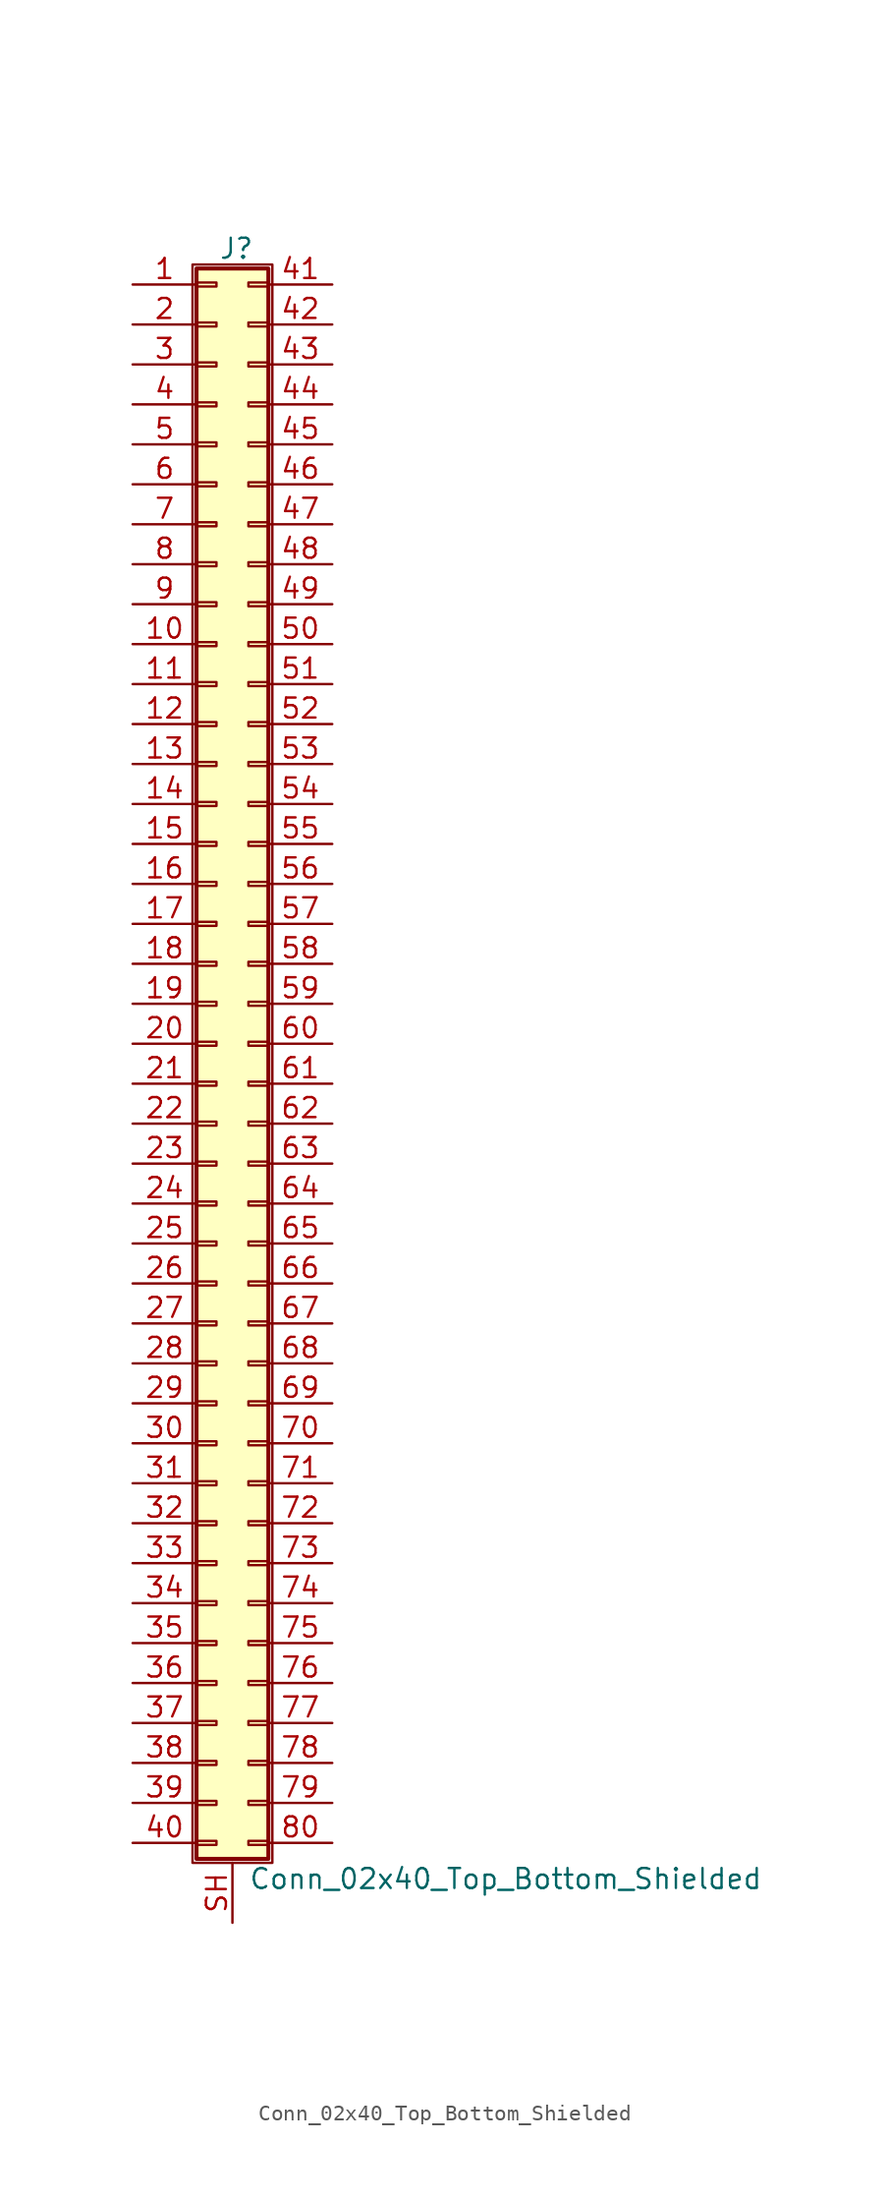
<source format=kicad_sym>
(kicad_symbol_lib
  (version 20201005)
  (generator kicad_symbol_editor)
  (symbol "Connector_Generic_Shielded:Conn_02x40_Top_Bottom_Shielded"
    (pin_names
      (offset 1.016) hide)
    (property "Reference" "J"
      (at 1.524 50.546 0)
      (effects (font (size 1.27 1.27))))
    (property "Value" "Conn_02x40_Top_Bottom_Shielded"
      (at 2.286 -53.086 0)
      (effects (font (size 1.27 1.27)) (justify left)))
    (symbol "Conn_02x40_Top_Bottom_Shielded_1_1"
      (rectangle (start -1.016 -27.813) (end 0.254 -28.067) (stroke (width 0.152)) (fill (type none)))
      (rectangle (start -1.016 -30.353) (end 0.254 -30.607) (stroke (width 0.152)) (fill (type none)))
      (rectangle (start -1.016 -32.893) (end 0.254 -33.147) (stroke (width 0.152)) (fill (type none)))
      (rectangle (start -1.016 -35.433) (end 0.254 -35.687) (stroke (width 0.152)) (fill (type none)))
      (rectangle (start -1.016 -37.973) (end 0.254 -38.227) (stroke (width 0.152)) (fill (type none)))
      (rectangle (start -1.016 -40.513) (end 0.254 -40.767) (stroke (width 0.152)) (fill (type none)))
      (rectangle (start -1.016 -43.053) (end 0.254 -43.307) (stroke (width 0.152)) (fill (type none)))
      (rectangle (start -1.016 -45.593) (end 0.254 -45.847) (stroke (width 0.152)) (fill (type none)))
      (rectangle (start -1.016 -48.133) (end 0.254 -48.387) (stroke (width 0.152)) (fill (type none)))
      (rectangle (start -1.016 -4.953) (end 0.254 -5.207) (stroke (width 0.152)) (fill (type none)))
      (rectangle (start -1.016 -50.673) (end 0.254 -50.927) (stroke (width 0.152)) (fill (type none)))
      (rectangle (start -1.016 -7.493) (end 0.254 -7.747) (stroke (width 0.152)) (fill (type none)))
      (rectangle (start -1.016 -10.033) (end 0.254 -10.287) (stroke (width 0.152)) (fill (type none)))
      (rectangle (start -1.016 -12.573) (end 0.254 -12.827) (stroke (width 0.152)) (fill (type none)))
      (rectangle (start -1.016 -15.113) (end 0.254 -15.367) (stroke (width 0.152)) (fill (type none)))
      (rectangle (start -1.016 -17.653) (end 0.254 -17.907) (stroke (width 0.152)) (fill (type none)))
      (rectangle (start -1.016 -20.193) (end 0.254 -20.447) (stroke (width 0.152)) (fill (type none)))
      (rectangle (start -1.016 -22.733) (end 0.254 -22.987) (stroke (width 0.152)) (fill (type none)))
      (rectangle (start -1.016 -2.413) (end 0.254 -2.667) (stroke (width 0.152)) (fill (type none)))
      (rectangle (start -1.016 -25.273) (end 0.254 -25.527) (stroke (width 0.152)) (fill (type none)))
      (rectangle (start -1.016 25.527) (end 0.254 25.273) (stroke (width 0.152)) (fill (type none)))
      (rectangle (start -1.016 2.667) (end 0.254 2.413) (stroke (width 0.152)) (fill (type none)))
      (rectangle (start -1.016 28.067) (end 0.254 27.813) (stroke (width 0.152)) (fill (type none)))
      (rectangle (start -1.016 30.607) (end 0.254 30.353) (stroke (width 0.152)) (fill (type none)))
      (rectangle (start -1.016 33.147) (end 0.254 32.893) (stroke (width 0.152)) (fill (type none)))
      (rectangle (start -1.016 35.687) (end 0.254 35.433) (stroke (width 0.152)) (fill (type none)))
      (rectangle (start -1.016 38.227) (end 0.254 37.973) (stroke (width 0.152)) (fill (type none)))
      (rectangle (start -1.016 40.767) (end 0.254 40.513) (stroke (width 0.152)) (fill (type none)))
      (rectangle (start -1.016 43.307) (end 0.254 43.053) (stroke (width 0.152)) (fill (type none)))
      (rectangle (start -1.016 45.847) (end 0.254 45.593) (stroke (width 0.152)) (fill (type none)))
      (rectangle (start -1.016 48.387) (end 0.254 48.133) (stroke (width 0.152)) (fill (type none)))
      (rectangle (start -1.016 49.276) (end 3.556 -51.816) (stroke (width 0.254)) (fill (type background)))
      (rectangle (start -1.016 5.207) (end 0.254 4.953) (stroke (width 0.152)) (fill (type none)))
      (rectangle (start -1.016 7.747) (end 0.254 7.493) (stroke (width 0.152)) (fill (type none)))
      (rectangle (start -1.016 10.287) (end 0.254 10.033) (stroke (width 0.152)) (fill (type none)))
      (rectangle (start -1.016 0.127) (end 0.254 -0.127) (stroke (width 0.152)) (fill (type none)))
      (rectangle (start -1.016 12.827) (end 0.254 12.573) (stroke (width 0.152)) (fill (type none)))
      (rectangle (start -1.016 15.367) (end 0.254 15.113) (stroke (width 0.152)) (fill (type none)))
      (rectangle (start -1.016 17.907) (end 0.254 17.653) (stroke (width 0.152)) (fill (type none)))
      (rectangle (start -1.016 20.447) (end 0.254 20.193) (stroke (width 0.152)) (fill (type none)))
      (rectangle (start -1.016 22.987) (end 0.254 22.733) (stroke (width 0.152)) (fill (type none)))
      (rectangle (start -1.27 49.53) (end 3.81 -52.07) (stroke (width 0.152)) (fill (type none)))
      (rectangle (start 3.556 -27.813) (end 2.286 -28.067) (stroke (width 0.152)) (fill (type none)))
      (rectangle (start 3.556 -30.353) (end 2.286 -30.607) (stroke (width 0.152)) (fill (type none)))
      (rectangle (start 3.556 -32.893) (end 2.286 -33.147) (stroke (width 0.152)) (fill (type none)))
      (rectangle (start 3.556 -35.433) (end 2.286 -35.687) (stroke (width 0.152)) (fill (type none)))
      (rectangle (start 3.556 -37.973) (end 2.286 -38.227) (stroke (width 0.152)) (fill (type none)))
      (rectangle (start 3.556 -40.513) (end 2.286 -40.767) (stroke (width 0.152)) (fill (type none)))
      (rectangle (start 3.556 -43.053) (end 2.286 -43.307) (stroke (width 0.152)) (fill (type none)))
      (rectangle (start 3.556 -45.593) (end 2.286 -45.847) (stroke (width 0.152)) (fill (type none)))
      (rectangle (start 3.556 -48.133) (end 2.286 -48.387) (stroke (width 0.152)) (fill (type none)))
      (rectangle (start 3.556 -4.953) (end 2.286 -5.207) (stroke (width 0.152)) (fill (type none)))
      (rectangle (start 3.556 -50.673) (end 2.286 -50.927) (stroke (width 0.152)) (fill (type none)))
      (rectangle (start 3.556 -7.493) (end 2.286 -7.747) (stroke (width 0.152)) (fill (type none)))
      (rectangle (start 3.556 -10.033) (end 2.286 -10.287) (stroke (width 0.152)) (fill (type none)))
      (rectangle (start 3.556 -12.573) (end 2.286 -12.827) (stroke (width 0.152)) (fill (type none)))
      (rectangle (start 3.556 -15.113) (end 2.286 -15.367) (stroke (width 0.152)) (fill (type none)))
      (rectangle (start 3.556 -17.653) (end 2.286 -17.907) (stroke (width 0.152)) (fill (type none)))
      (rectangle (start 3.556 -20.193) (end 2.286 -20.447) (stroke (width 0.152)) (fill (type none)))
      (rectangle (start 3.556 -22.733) (end 2.286 -22.987) (stroke (width 0.152)) (fill (type none)))
      (rectangle (start 3.556 -2.413) (end 2.286 -2.667) (stroke (width 0.152)) (fill (type none)))
      (rectangle (start 3.556 -25.273) (end 2.286 -25.527) (stroke (width 0.152)) (fill (type none)))
      (rectangle (start 3.556 25.527) (end 2.286 25.273) (stroke (width 0.152)) (fill (type none)))
      (rectangle (start 3.556 2.667) (end 2.286 2.413) (stroke (width 0.152)) (fill (type none)))
      (rectangle (start 3.556 28.067) (end 2.286 27.813) (stroke (width 0.152)) (fill (type none)))
      (rectangle (start 3.556 30.607) (end 2.286 30.353) (stroke (width 0.152)) (fill (type none)))
      (rectangle (start 3.556 33.147) (end 2.286 32.893) (stroke (width 0.152)) (fill (type none)))
      (rectangle (start 3.556 35.687) (end 2.286 35.433) (stroke (width 0.152)) (fill (type none)))
      (rectangle (start 3.556 38.227) (end 2.286 37.973) (stroke (width 0.152)) (fill (type none)))
      (rectangle (start 3.556 40.767) (end 2.286 40.513) (stroke (width 0.152)) (fill (type none)))
      (rectangle (start 3.556 43.307) (end 2.286 43.053) (stroke (width 0.152)) (fill (type none)))
      (rectangle (start 3.556 45.847) (end 2.286 45.593) (stroke (width 0.152)) (fill (type none)))
      (rectangle (start 3.556 48.387) (end 2.286 48.133) (stroke (width 0.152)) (fill (type none)))
      (rectangle (start 3.556 5.207) (end 2.286 4.953) (stroke (width 0.152)) (fill (type none)))
      (rectangle (start 3.556 7.747) (end 2.286 7.493) (stroke (width 0.152)) (fill (type none)))
      (rectangle (start 3.556 10.287) (end 2.286 10.033) (stroke (width 0.152)) (fill (type none)))
      (rectangle (start 3.556 0.127) (end 2.286 -0.127) (stroke (width 0.152)) (fill (type none)))
      (rectangle (start 3.556 12.827) (end 2.286 12.573) (stroke (width 0.152)) (fill (type none)))
      (rectangle (start 3.556 15.367) (end 2.286 15.113) (stroke (width 0.152)) (fill (type none)))
      (rectangle (start 3.556 17.907) (end 2.286 17.653) (stroke (width 0.152)) (fill (type none)))
      (rectangle (start 3.556 20.447) (end 2.286 20.193) (stroke (width 0.152)) (fill (type none)))
      (rectangle (start 3.556 22.987) (end 2.286 22.733) (stroke (width 0.152)) (fill (type none)))
      (pin passive line (at -5.08 48.26 0) (length 4.064) (name "Pin_1" (effects (font (size 1.27 1.27)))) (number "1" (effects (font (size 1.27 1.27)))))
      (pin passive line (at -5.08 25.4 0) (length 4.064) (name "Pin_10" (effects (font (size 1.27 1.27)))) (number "10" (effects (font (size 1.27 1.27)))))
      (pin passive line (at -5.08 22.86 0) (length 4.064) (name "Pin_11" (effects (font (size 1.27 1.27)))) (number "11" (effects (font (size 1.27 1.27)))))
      (pin passive line (at -5.08 20.32 0) (length 4.064) (name "Pin_12" (effects (font (size 1.27 1.27)))) (number "12" (effects (font (size 1.27 1.27)))))
      (pin passive line (at -5.08 17.78 0) (length 4.064) (name "Pin_13" (effects (font (size 1.27 1.27)))) (number "13" (effects (font (size 1.27 1.27)))))
      (pin passive line (at -5.08 15.24 0) (length 4.064) (name "Pin_14" (effects (font (size 1.27 1.27)))) (number "14" (effects (font (size 1.27 1.27)))))
      (pin passive line (at -5.08 12.7 0) (length 4.064) (name "Pin_15" (effects (font (size 1.27 1.27)))) (number "15" (effects (font (size 1.27 1.27)))))
      (pin passive line (at -5.08 10.16 0) (length 4.064) (name "Pin_16" (effects (font (size 1.27 1.27)))) (number "16" (effects (font (size 1.27 1.27)))))
      (pin passive line (at -5.08 7.62 0) (length 4.064) (name "Pin_17" (effects (font (size 1.27 1.27)))) (number "17" (effects (font (size 1.27 1.27)))))
      (pin passive line (at -5.08 5.08 0) (length 4.064) (name "Pin_18" (effects (font (size 1.27 1.27)))) (number "18" (effects (font (size 1.27 1.27)))))
      (pin passive line (at -5.08 2.54 0) (length 4.064) (name "Pin_19" (effects (font (size 1.27 1.27)))) (number "19" (effects (font (size 1.27 1.27)))))
      (pin passive line (at -5.08 45.72 0) (length 4.064) (name "Pin_2" (effects (font (size 1.27 1.27)))) (number "2" (effects (font (size 1.27 1.27)))))
      (pin passive line (at -5.08 0 0) (length 4.064) (name "Pin_20" (effects (font (size 1.27 1.27)))) (number "20" (effects (font (size 1.27 1.27)))))
      (pin passive line (at -5.08 -2.54 0) (length 4.064) (name "Pin_21" (effects (font (size 1.27 1.27)))) (number "21" (effects (font (size 1.27 1.27)))))
      (pin passive line (at -5.08 -5.08 0) (length 4.064) (name "Pin_22" (effects (font (size 1.27 1.27)))) (number "22" (effects (font (size 1.27 1.27)))))
      (pin passive line (at -5.08 -7.62 0) (length 4.064) (name "Pin_23" (effects (font (size 1.27 1.27)))) (number "23" (effects (font (size 1.27 1.27)))))
      (pin passive line (at -5.08 -10.16 0) (length 4.064) (name "Pin_24" (effects (font (size 1.27 1.27)))) (number "24" (effects (font (size 1.27 1.27)))))
      (pin passive line (at -5.08 -12.7 0) (length 4.064) (name "Pin_25" (effects (font (size 1.27 1.27)))) (number "25" (effects (font (size 1.27 1.27)))))
      (pin passive line (at -5.08 -15.24 0) (length 4.064) (name "Pin_26" (effects (font (size 1.27 1.27)))) (number "26" (effects (font (size 1.27 1.27)))))
      (pin passive line (at -5.08 -17.78 0) (length 4.064) (name "Pin_27" (effects (font (size 1.27 1.27)))) (number "27" (effects (font (size 1.27 1.27)))))
      (pin passive line (at -5.08 -20.32 0) (length 4.064) (name "Pin_28" (effects (font (size 1.27 1.27)))) (number "28" (effects (font (size 1.27 1.27)))))
      (pin passive line (at -5.08 -22.86 0) (length 4.064) (name "Pin_29" (effects (font (size 1.27 1.27)))) (number "29" (effects (font (size 1.27 1.27)))))
      (pin passive line (at -5.08 43.18 0) (length 4.064) (name "Pin_3" (effects (font (size 1.27 1.27)))) (number "3" (effects (font (size 1.27 1.27)))))
      (pin passive line (at -5.08 -25.4 0) (length 4.064) (name "Pin_30" (effects (font (size 1.27 1.27)))) (number "30" (effects (font (size 1.27 1.27)))))
      (pin passive line (at -5.08 -27.94 0) (length 4.064) (name "Pin_31" (effects (font (size 1.27 1.27)))) (number "31" (effects (font (size 1.27 1.27)))))
      (pin passive line (at -5.08 -30.48 0) (length 4.064) (name "Pin_32" (effects (font (size 1.27 1.27)))) (number "32" (effects (font (size 1.27 1.27)))))
      (pin passive line (at -5.08 -33.02 0) (length 4.064) (name "Pin_33" (effects (font (size 1.27 1.27)))) (number "33" (effects (font (size 1.27 1.27)))))
      (pin passive line (at -5.08 -35.56 0) (length 4.064) (name "Pin_34" (effects (font (size 1.27 1.27)))) (number "34" (effects (font (size 1.27 1.27)))))
      (pin passive line (at -5.08 -38.1 0) (length 4.064) (name "Pin_35" (effects (font (size 1.27 1.27)))) (number "35" (effects (font (size 1.27 1.27)))))
      (pin passive line (at -5.08 -40.64 0) (length 4.064) (name "Pin_36" (effects (font (size 1.27 1.27)))) (number "36" (effects (font (size 1.27 1.27)))))
      (pin passive line (at -5.08 -43.18 0) (length 4.064) (name "Pin_37" (effects (font (size 1.27 1.27)))) (number "37" (effects (font (size 1.27 1.27)))))
      (pin passive line (at -5.08 -45.72 0) (length 4.064) (name "Pin_38" (effects (font (size 1.27 1.27)))) (number "38" (effects (font (size 1.27 1.27)))))
      (pin passive line (at -5.08 -48.26 0) (length 4.064) (name "Pin_39" (effects (font (size 1.27 1.27)))) (number "39" (effects (font (size 1.27 1.27)))))
      (pin passive line (at -5.08 40.64 0) (length 4.064) (name "Pin_4" (effects (font (size 1.27 1.27)))) (number "4" (effects (font (size 1.27 1.27)))))
      (pin passive line (at -5.08 -50.8 0) (length 4.064) (name "Pin_40" (effects (font (size 1.27 1.27)))) (number "40" (effects (font (size 1.27 1.27)))))
      (pin passive line (at 7.62 48.26 180) (length 4.064) (name "Pin_41" (effects (font (size 1.27 1.27)))) (number "41" (effects (font (size 1.27 1.27)))))
      (pin passive line (at 7.62 45.72 180) (length 4.064) (name "Pin_42" (effects (font (size 1.27 1.27)))) (number "42" (effects (font (size 1.27 1.27)))))
      (pin passive line (at 7.62 43.18 180) (length 4.064) (name "Pin_43" (effects (font (size 1.27 1.27)))) (number "43" (effects (font (size 1.27 1.27)))))
      (pin passive line (at 7.62 40.64 180) (length 4.064) (name "Pin_44" (effects (font (size 1.27 1.27)))) (number "44" (effects (font (size 1.27 1.27)))))
      (pin passive line (at 7.62 38.1 180) (length 4.064) (name "Pin_45" (effects (font (size 1.27 1.27)))) (number "45" (effects (font (size 1.27 1.27)))))
      (pin passive line (at 7.62 35.56 180) (length 4.064) (name "Pin_46" (effects (font (size 1.27 1.27)))) (number "46" (effects (font (size 1.27 1.27)))))
      (pin passive line (at 7.62 33.02 180) (length 4.064) (name "Pin_47" (effects (font (size 1.27 1.27)))) (number "47" (effects (font (size 1.27 1.27)))))
      (pin passive line (at 7.62 30.48 180) (length 4.064) (name "Pin_48" (effects (font (size 1.27 1.27)))) (number "48" (effects (font (size 1.27 1.27)))))
      (pin passive line (at 7.62 27.94 180) (length 4.064) (name "Pin_49" (effects (font (size 1.27 1.27)))) (number "49" (effects (font (size 1.27 1.27)))))
      (pin passive line (at -5.08 38.1 0) (length 4.064) (name "Pin_5" (effects (font (size 1.27 1.27)))) (number "5" (effects (font (size 1.27 1.27)))))
      (pin passive line (at 7.62 25.4 180) (length 4.064) (name "Pin_50" (effects (font (size 1.27 1.27)))) (number "50" (effects (font (size 1.27 1.27)))))
      (pin passive line (at 7.62 22.86 180) (length 4.064) (name "Pin_51" (effects (font (size 1.27 1.27)))) (number "51" (effects (font (size 1.27 1.27)))))
      (pin passive line (at 7.62 20.32 180) (length 4.064) (name "Pin_52" (effects (font (size 1.27 1.27)))) (number "52" (effects (font (size 1.27 1.27)))))
      (pin passive line (at 7.62 17.78 180) (length 4.064) (name "Pin_53" (effects (font (size 1.27 1.27)))) (number "53" (effects (font (size 1.27 1.27)))))
      (pin passive line (at 7.62 15.24 180) (length 4.064) (name "Pin_54" (effects (font (size 1.27 1.27)))) (number "54" (effects (font (size 1.27 1.27)))))
      (pin passive line (at 7.62 12.7 180) (length 4.064) (name "Pin_55" (effects (font (size 1.27 1.27)))) (number "55" (effects (font (size 1.27 1.27)))))
      (pin passive line (at 7.62 10.16 180) (length 4.064) (name "Pin_56" (effects (font (size 1.27 1.27)))) (number "56" (effects (font (size 1.27 1.27)))))
      (pin passive line (at 7.62 7.62 180) (length 4.064) (name "Pin_57" (effects (font (size 1.27 1.27)))) (number "57" (effects (font (size 1.27 1.27)))))
      (pin passive line (at 7.62 5.08 180) (length 4.064) (name "Pin_58" (effects (font (size 1.27 1.27)))) (number "58" (effects (font (size 1.27 1.27)))))
      (pin passive line (at 7.62 2.54 180) (length 4.064) (name "Pin_59" (effects (font (size 1.27 1.27)))) (number "59" (effects (font (size 1.27 1.27)))))
      (pin passive line (at -5.08 35.56 0) (length 4.064) (name "Pin_6" (effects (font (size 1.27 1.27)))) (number "6" (effects (font (size 1.27 1.27)))))
      (pin passive line (at 7.62 0 180) (length 4.064) (name "Pin_60" (effects (font (size 1.27 1.27)))) (number "60" (effects (font (size 1.27 1.27)))))
      (pin passive line (at 7.62 -2.54 180) (length 4.064) (name "Pin_61" (effects (font (size 1.27 1.27)))) (number "61" (effects (font (size 1.27 1.27)))))
      (pin passive line (at 7.62 -5.08 180) (length 4.064) (name "Pin_62" (effects (font (size 1.27 1.27)))) (number "62" (effects (font (size 1.27 1.27)))))
      (pin passive line (at 7.62 -7.62 180) (length 4.064) (name "Pin_63" (effects (font (size 1.27 1.27)))) (number "63" (effects (font (size 1.27 1.27)))))
      (pin passive line (at 7.62 -10.16 180) (length 4.064) (name "Pin_64" (effects (font (size 1.27 1.27)))) (number "64" (effects (font (size 1.27 1.27)))))
      (pin passive line (at 7.62 -12.7 180) (length 4.064) (name "Pin_65" (effects (font (size 1.27 1.27)))) (number "65" (effects (font (size 1.27 1.27)))))
      (pin passive line (at 7.62 -15.24 180) (length 4.064) (name "Pin_66" (effects (font (size 1.27 1.27)))) (number "66" (effects (font (size 1.27 1.27)))))
      (pin passive line (at 7.62 -17.78 180) (length 4.064) (name "Pin_67" (effects (font (size 1.27 1.27)))) (number "67" (effects (font (size 1.27 1.27)))))
      (pin passive line (at 7.62 -20.32 180) (length 4.064) (name "Pin_68" (effects (font (size 1.27 1.27)))) (number "68" (effects (font (size 1.27 1.27)))))
      (pin passive line (at 7.62 -22.86 180) (length 4.064) (name "Pin_69" (effects (font (size 1.27 1.27)))) (number "69" (effects (font (size 1.27 1.27)))))
      (pin passive line (at -5.08 33.02 0) (length 4.064) (name "Pin_7" (effects (font (size 1.27 1.27)))) (number "7" (effects (font (size 1.27 1.27)))))
      (pin passive line (at 7.62 -25.4 180) (length 4.064) (name "Pin_70" (effects (font (size 1.27 1.27)))) (number "70" (effects (font (size 1.27 1.27)))))
      (pin passive line (at 7.62 -27.94 180) (length 4.064) (name "Pin_71" (effects (font (size 1.27 1.27)))) (number "71" (effects (font (size 1.27 1.27)))))
      (pin passive line (at 7.62 -30.48 180) (length 4.064) (name "Pin_72" (effects (font (size 1.27 1.27)))) (number "72" (effects (font (size 1.27 1.27)))))
      (pin passive line (at 7.62 -33.02 180) (length 4.064) (name "Pin_73" (effects (font (size 1.27 1.27)))) (number "73" (effects (font (size 1.27 1.27)))))
      (pin passive line (at 7.62 -35.56 180) (length 4.064) (name "Pin_74" (effects (font (size 1.27 1.27)))) (number "74" (effects (font (size 1.27 1.27)))))
      (pin passive line (at 7.62 -38.1 180) (length 4.064) (name "Pin_75" (effects (font (size 1.27 1.27)))) (number "75" (effects (font (size 1.27 1.27)))))
      (pin passive line (at 7.62 -40.64 180) (length 4.064) (name "Pin_76" (effects (font (size 1.27 1.27)))) (number "76" (effects (font (size 1.27 1.27)))))
      (pin passive line (at 7.62 -43.18 180) (length 4.064) (name "Pin_77" (effects (font (size 1.27 1.27)))) (number "77" (effects (font (size 1.27 1.27)))))
      (pin passive line (at 7.62 -45.72 180) (length 4.064) (name "Pin_78" (effects (font (size 1.27 1.27)))) (number "78" (effects (font (size 1.27 1.27)))))
      (pin passive line (at 7.62 -48.26 180) (length 4.064) (name "Pin_79" (effects (font (size 1.27 1.27)))) (number "79" (effects (font (size 1.27 1.27)))))
      (pin passive line (at -5.08 30.48 0) (length 4.064) (name "Pin_8" (effects (font (size 1.27 1.27)))) (number "8" (effects (font (size 1.27 1.27)))))
      (pin passive line (at 7.62 -50.8 180) (length 4.064) (name "Pin_80" (effects (font (size 1.27 1.27)))) (number "80" (effects (font (size 1.27 1.27)))))
      (pin passive line (at -5.08 27.94 0) (length 4.064) (name "Pin_9" (effects (font (size 1.27 1.27)))) (number "9" (effects (font (size 1.27 1.27)))))
      (pin passive line (at 1.27 -55.88 90) (length 3.81) (name "Shield" (effects (font (size 1.27 1.27)))) (number "SH" (effects (font (size 1.27 1.27))))))))
</source>
